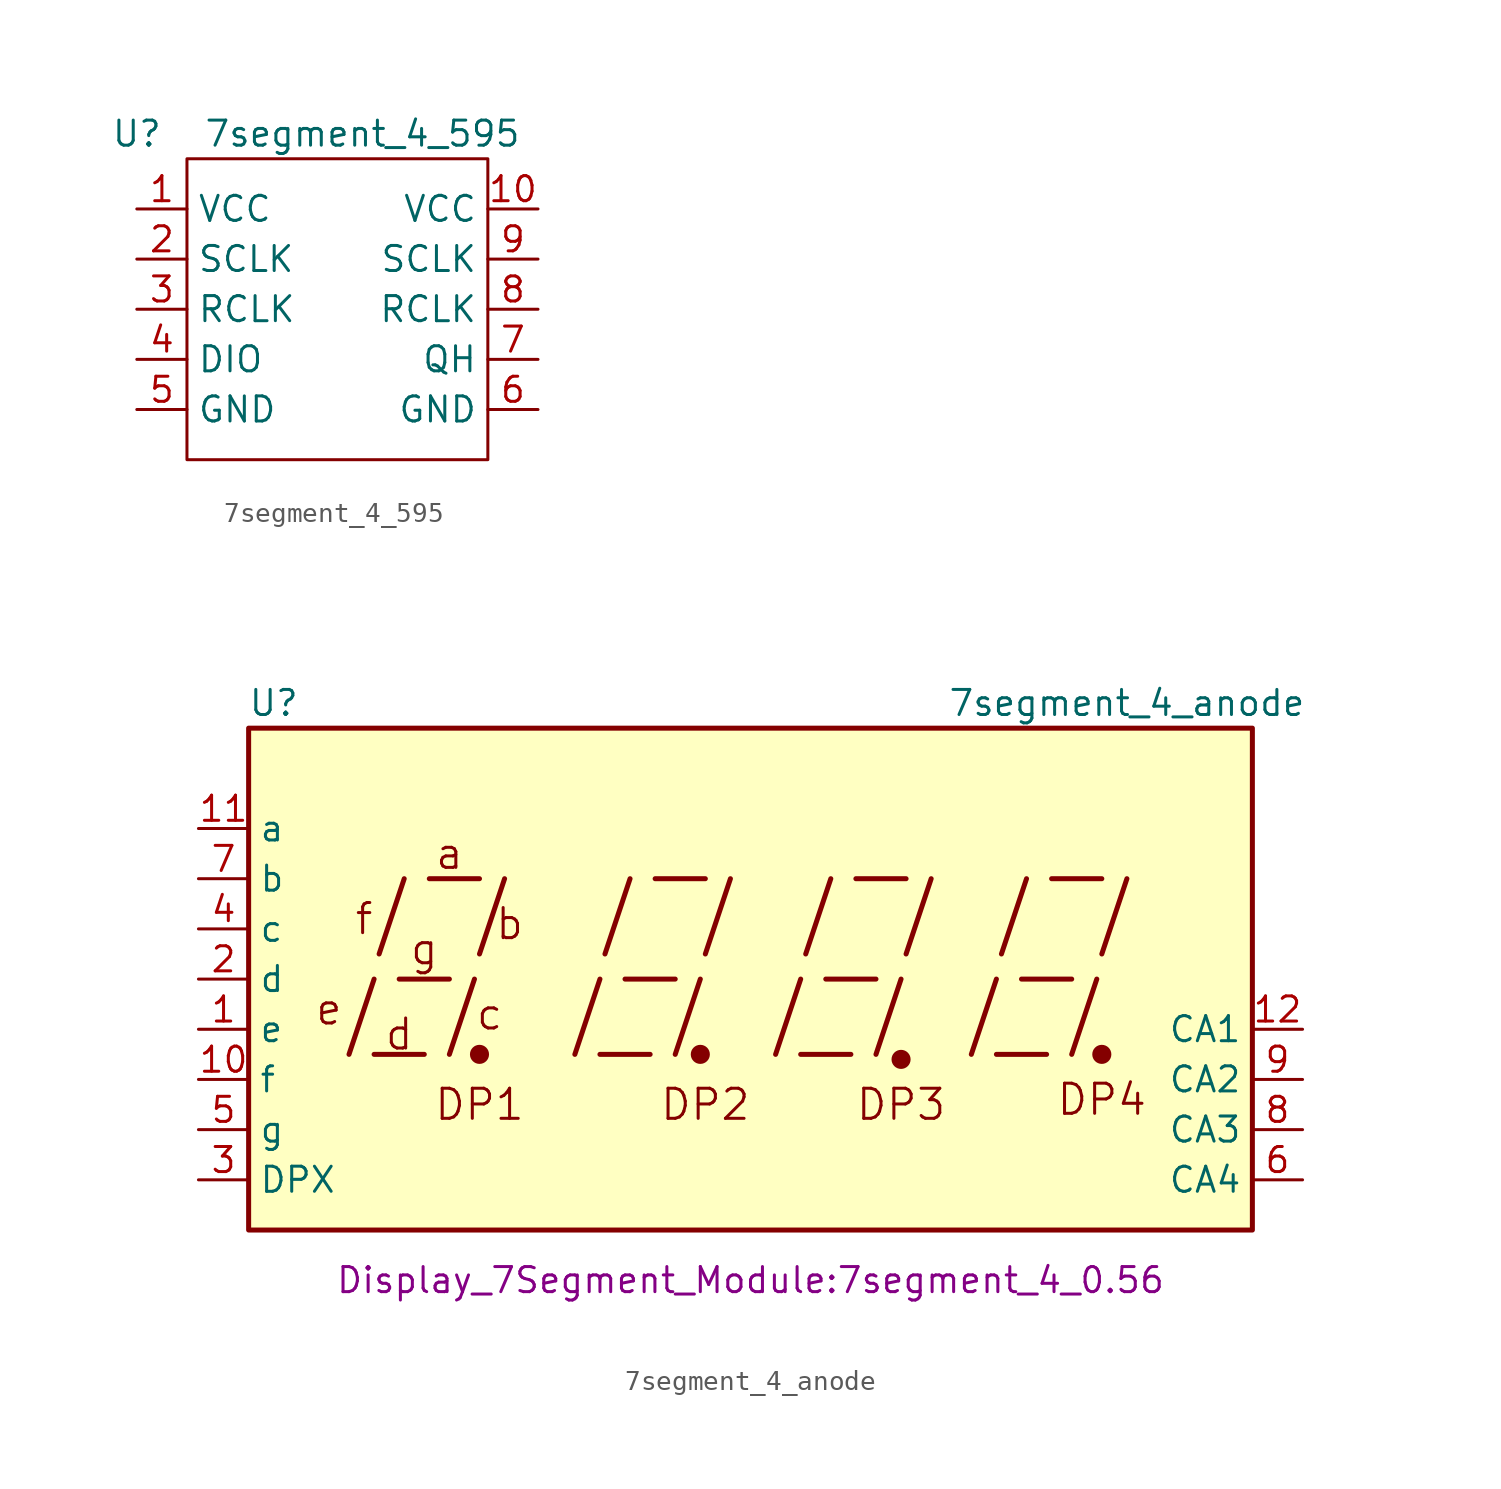
<source format=kicad_sym>
(kicad_symbol_lib
  (version 20211014)
  (generator kicad_symbol_editor)
  (symbol "7segment_4_595"
    (property "Reference" "U"
      (at -2.54 1.27 0)
      (effects (font (size 1.27 1.27))))
    (property "Value" "7segment_4_595"
      (at 8.89 1.27 0)
      (effects (font (size 1.27 1.27))))
    (symbol "7segment_4_595_0_1"
      (rectangle (start 0 0) (end 15.24 -15.24) (stroke (width 0) (type default) (color 0 0 0 0)) (fill (type none))))
    (symbol "7segment_4_595_1_1"
      (pin power_in line (at -2.54 -2.54 0) (length 2.54) (name "VCC" (effects (font (size 1.27 1.27)))) (number "1" (effects (font (size 1.27 1.27)))))
      (pin power_in line (at 17.78 -2.54 180) (length 2.54) (name "VCC" (effects (font (size 1.27 1.27)))) (number "10" (effects (font (size 1.27 1.27)))))
      (pin input line (at -2.54 -5.08 0) (length 2.54) (name "SCLK" (effects (font (size 1.27 1.27)))) (number "2" (effects (font (size 1.27 1.27)))))
      (pin input line (at -2.54 -7.62 0) (length 2.54) (name "RCLK" (effects (font (size 1.27 1.27)))) (number "3" (effects (font (size 1.27 1.27)))))
      (pin input line (at -2.54 -10.16 0) (length 2.54) (name "DIO" (effects (font (size 1.27 1.27)))) (number "4" (effects (font (size 1.27 1.27)))))
      (pin power_in line (at -2.54 -12.7 0) (length 2.54) (name "GND" (effects (font (size 1.27 1.27)))) (number "5" (effects (font (size 1.27 1.27)))))
      (pin power_in line (at 17.78 -12.7 180) (length 2.54) (name "GND" (effects (font (size 1.27 1.27)))) (number "6" (effects (font (size 1.27 1.27)))))
      (pin input line (at 17.78 -10.16 180) (length 2.54) (name "QH" (effects (font (size 1.27 1.27)))) (number "7" (effects (font (size 1.27 1.27)))))
      (pin input line (at 17.78 -7.62 180) (length 2.54) (name "RCLK" (effects (font (size 1.27 1.27)))) (number "8" (effects (font (size 1.27 1.27)))))
      (pin input line (at 17.78 -5.08 180) (length 2.54) (name "SCLK" (effects (font (size 1.27 1.27)))) (number "9" (effects (font (size 1.27 1.27)))))))
  (symbol "7segment_4_anode"
    (property "Reference" "U"
      (at -24.13 13.97 0)
      (effects (font (size 1.27 1.27))))
    (property "Value" "7segment_4_anode"
      (at 19.05 13.97 0)
      (effects (font (size 1.27 1.27))))
    (property "Footprint" "Display_7Segment_Module:7segment_4_0.56"
      (at 0 -15.24 0)
      (effects (font (size 1.27 1.27))))
    (symbol "7segment_4_anode_0_0"
      (rectangle (start -25.4 12.7) (end 25.4 -12.7) (stroke (width 0.254) (type default) (color 0 0 0 0)) (fill (type background)))
      (polyline (pts (xy -20.32 -3.81) (xy -19.05 0)) (stroke (width 0.254) (type default) (color 0 0 0 0)) (fill (type none)))
      (polyline (pts (xy -19.05 -3.81) (xy -16.51 -3.81)) (stroke (width 0.254) (type default) (color 0 0 0 0)) (fill (type none)))
      (polyline (pts (xy -18.796 1.27) (xy -17.526 5.08)) (stroke (width 0.254) (type default) (color 0 0 0 0)) (fill (type none)))
      (polyline (pts (xy -17.78 0) (xy -15.24 0)) (stroke (width 0.254) (type default) (color 0 0 0 0)) (fill (type none)))
      (polyline (pts (xy -16.256 5.08) (xy -13.716 5.08)) (stroke (width 0.254) (type default) (color 0 0 0 0)) (fill (type none)))
      (polyline (pts (xy -15.24 -3.81) (xy -13.97 0)) (stroke (width 0.254) (type default) (color 0 0 0 0)) (fill (type none)))
      (polyline (pts (xy -13.716 1.27) (xy -12.446 5.08)) (stroke (width 0.254) (type default) (color 0 0 0 0)) (fill (type none)))
      (polyline (pts (xy -8.89 -3.81) (xy -7.62 0)) (stroke (width 0.254) (type default) (color 0 0 0 0)) (fill (type none)))
      (polyline (pts (xy -7.62 -3.81) (xy -5.08 -3.81)) (stroke (width 0.254) (type default) (color 0 0 0 0)) (fill (type none)))
      (polyline (pts (xy -7.366 1.27) (xy -6.096 5.08)) (stroke (width 0.254) (type default) (color 0 0 0 0)) (fill (type none)))
      (polyline (pts (xy -6.35 0) (xy -3.81 0)) (stroke (width 0.254) (type default) (color 0 0 0 0)) (fill (type none)))
      (polyline (pts (xy -4.826 5.08) (xy -2.286 5.08)) (stroke (width 0.254) (type default) (color 0 0 0 0)) (fill (type none)))
      (polyline (pts (xy -3.81 -3.81) (xy -2.54 0)) (stroke (width 0.254) (type default) (color 0 0 0 0)) (fill (type none)))
      (polyline (pts (xy -2.286 1.27) (xy -1.016 5.08)) (stroke (width 0.254) (type default) (color 0 0 0 0)) (fill (type none)))
      (polyline (pts (xy 1.27 -3.81) (xy 2.54 0)) (stroke (width 0.254) (type default) (color 0 0 0 0)) (fill (type none)))
      (polyline (pts (xy 2.54 -3.81) (xy 5.08 -3.81)) (stroke (width 0.254) (type default) (color 0 0 0 0)) (fill (type none)))
      (polyline (pts (xy 2.794 1.27) (xy 4.064 5.08)) (stroke (width 0.254) (type default) (color 0 0 0 0)) (fill (type none)))
      (polyline (pts (xy 3.81 0) (xy 6.35 0)) (stroke (width 0.254) (type default) (color 0 0 0 0)) (fill (type none)))
      (polyline (pts (xy 5.334 5.08) (xy 7.874 5.08)) (stroke (width 0.254) (type default) (color 0 0 0 0)) (fill (type none)))
      (polyline (pts (xy 6.35 -3.81) (xy 7.62 0)) (stroke (width 0.254) (type default) (color 0 0 0 0)) (fill (type none)))
      (polyline (pts (xy 7.874 1.27) (xy 9.144 5.08)) (stroke (width 0.254) (type default) (color 0 0 0 0)) (fill (type none)))
      (polyline (pts (xy 11.176 -3.81) (xy 12.446 0)) (stroke (width 0.254) (type default) (color 0 0 0 0)) (fill (type none)))
      (polyline (pts (xy 12.446 -3.81) (xy 14.986 -3.81)) (stroke (width 0.254) (type default) (color 0 0 0 0)) (fill (type none)))
      (polyline (pts (xy 12.7 1.27) (xy 13.97 5.08)) (stroke (width 0.254) (type default) (color 0 0 0 0)) (fill (type none)))
      (polyline (pts (xy 13.716 0) (xy 16.256 0)) (stroke (width 0.254) (type default) (color 0 0 0 0)) (fill (type none)))
      (polyline (pts (xy 15.24 5.08) (xy 17.78 5.08)) (stroke (width 0.254) (type default) (color 0 0 0 0)) (fill (type none)))
      (polyline (pts (xy 16.256 -3.81) (xy 17.526 0)) (stroke (width 0.254) (type default) (color 0 0 0 0)) (fill (type none)))
      (polyline (pts (xy 17.78 1.27) (xy 19.05 5.08)) (stroke (width 0.254) (type default) (color 0 0 0 0)) (fill (type none)))
      (text "a" (at -15.24 6.35 0) (effects (font (size 1.524 1.524))))
      (text "b" (at -12.192 2.794 0) (effects (font (size 1.524 1.524))))
      (text "c" (at -13.208 -1.778 0) (effects (font (size 1.524 1.524))))
      (text "d" (at -17.78 -2.794 0) (effects (font (size 1.524 1.524))))
      (text "DP1" (at -13.716 -6.35 0) (effects (font (size 1.524 1.524))))
      (text "DP2" (at -2.286 -6.35 0) (effects (font (size 1.524 1.524))))
      (text "DP3" (at 7.62 -6.35 0) (effects (font (size 1.524 1.524))))
      (text "DP4" (at 17.78 -6.096 0) (effects (font (size 1.524 1.524))))
      (text "e" (at -21.336 -1.524 0) (effects (font (size 1.524 1.524))))
      (text "f" (at -19.558 3.048 0) (effects (font (size 1.524 1.524))))
      (text "g" (at -16.51 1.524 0) (effects (font (size 1.524 1.524)))))
    (symbol "7segment_4_anode_0_1"
      (circle (center -13.716 -3.81) (radius 0.356) (stroke (width 0.254) (type default) (color 0 0 0 0)) (fill (type outline)))
      (circle (center -2.54 -3.81) (radius 0.356) (stroke (width 0.254) (type default) (color 0 0 0 0)) (fill (type outline))))
    (symbol "7segment_4_anode_1_0"
      (circle (center 7.62 -4.064) (radius 0.356) (stroke (width 0.254) (type default) (color 0 0 0 0)) (fill (type outline)))
      (circle (center 17.78 -3.81) (radius 0.356) (stroke (width 0.254) (type default) (color 0 0 0 0)) (fill (type outline))))
    (symbol "7segment_4_anode_1_1"
      (pin input line (at -27.94 -2.54 0) (length 2.54) (name "e" (effects (font (size 1.27 1.27)))) (number "1" (effects (font (size 1.27 1.27)))))
      (pin input line (at -27.94 -5.08 0) (length 2.54) (name "f" (effects (font (size 1.27 1.27)))) (number "10" (effects (font (size 1.27 1.27)))))
      (pin input line (at -27.94 7.62 0) (length 2.54) (name "a" (effects (font (size 1.27 1.27)))) (number "11" (effects (font (size 1.27 1.27)))))
      (pin input line (at 27.94 -2.54 180) (length 2.54) (name "CA1" (effects (font (size 1.27 1.27)))) (number "12" (effects (font (size 1.27 1.27)))))
      (pin input line (at -27.94 0 0) (length 2.54) (name "d" (effects (font (size 1.27 1.27)))) (number "2" (effects (font (size 1.27 1.27)))))
      (pin input line (at -27.94 -10.16 0) (length 2.54) (name "DPX" (effects (font (size 1.27 1.27)))) (number "3" (effects (font (size 1.27 1.27)))))
      (pin input line (at -27.94 2.54 0) (length 2.54) (name "c" (effects (font (size 1.27 1.27)))) (number "4" (effects (font (size 1.27 1.27)))))
      (pin input line (at -27.94 -7.62 0) (length 2.54) (name "g" (effects (font (size 1.27 1.27)))) (number "5" (effects (font (size 1.27 1.27)))))
      (pin input line (at 27.94 -10.16 180) (length 2.54) (name "CA4" (effects (font (size 1.27 1.27)))) (number "6" (effects (font (size 1.27 1.27)))))
      (pin input line (at -27.94 5.08 0) (length 2.54) (name "b" (effects (font (size 1.27 1.27)))) (number "7" (effects (font (size 1.27 1.27)))))
      (pin input line (at 27.94 -7.62 180) (length 2.54) (name "CA3" (effects (font (size 1.27 1.27)))) (number "8" (effects (font (size 1.27 1.27)))))
      (pin input line (at 27.94 -5.08 180) (length 2.54) (name "CA2" (effects (font (size 1.27 1.27)))) (number "9" (effects (font (size 1.27 1.27))))))))
</source>
